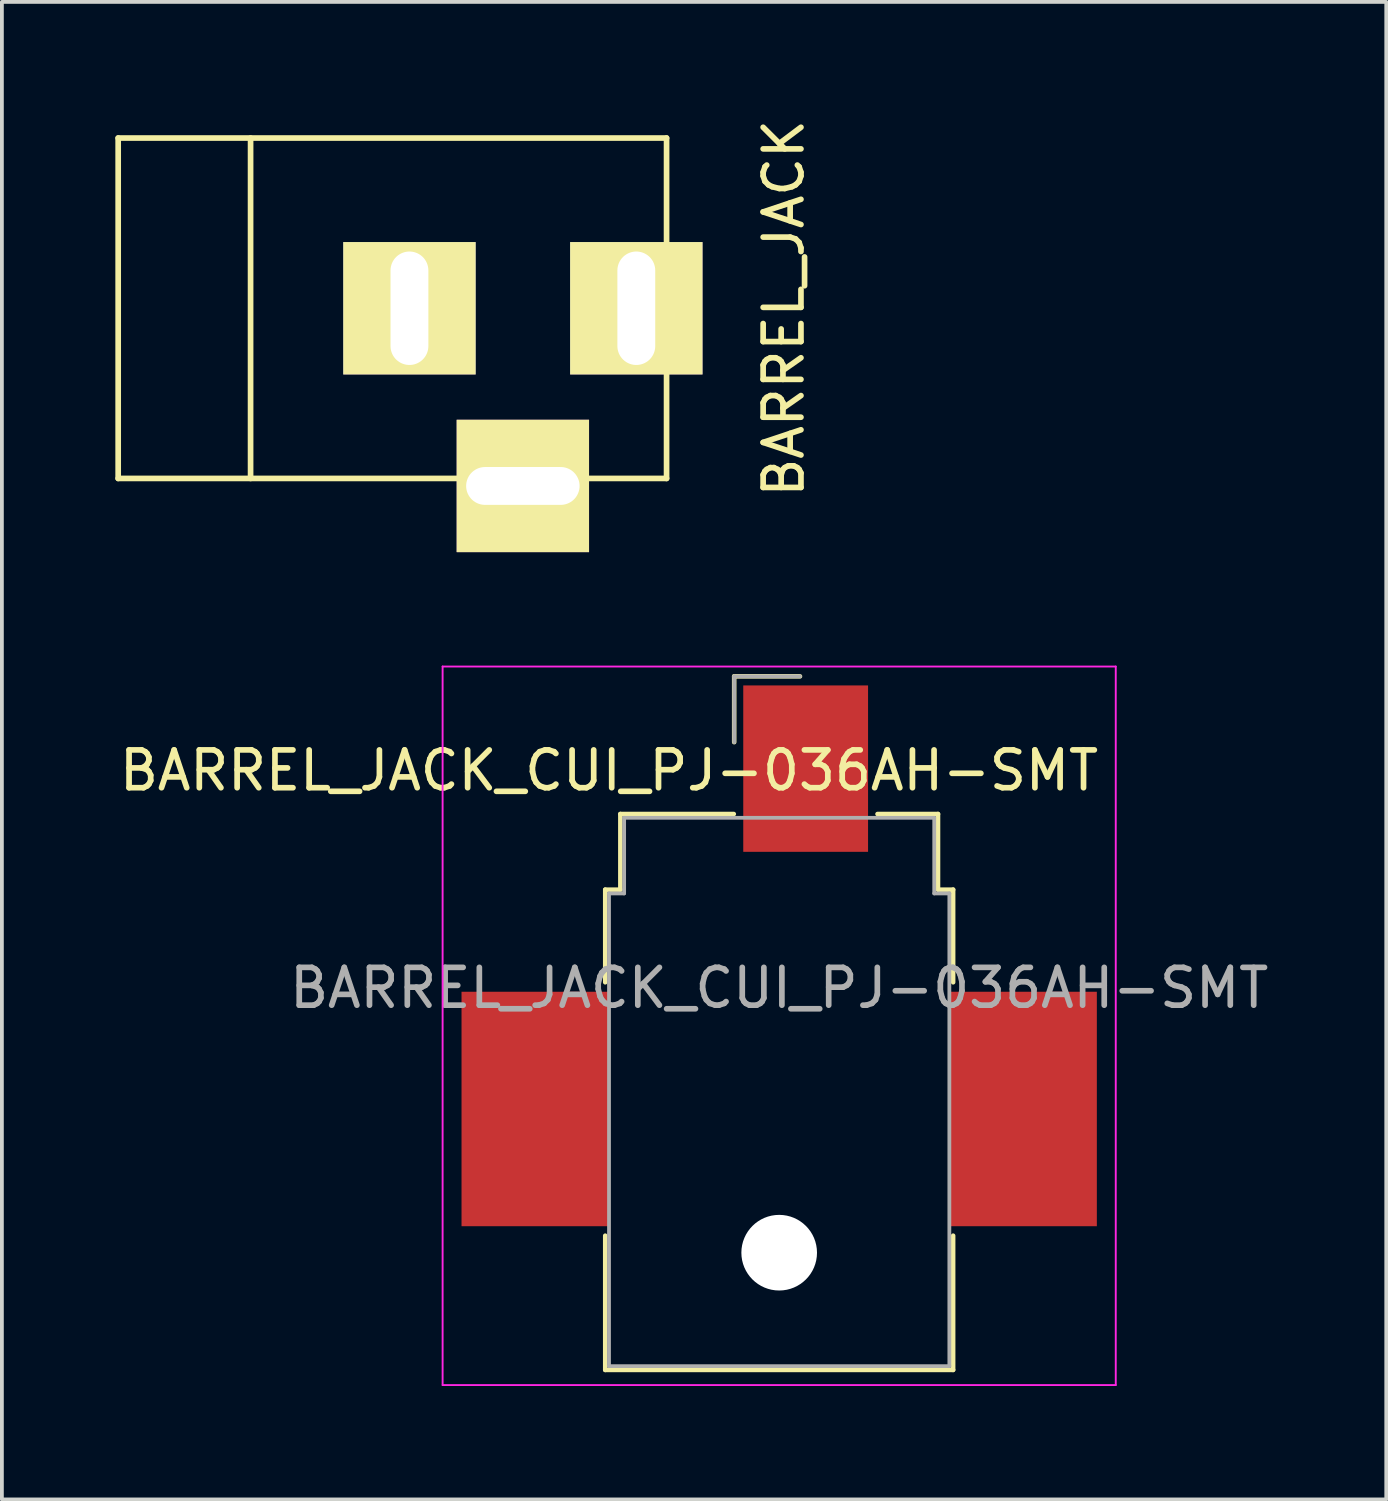
<source format=kicad_pcb>
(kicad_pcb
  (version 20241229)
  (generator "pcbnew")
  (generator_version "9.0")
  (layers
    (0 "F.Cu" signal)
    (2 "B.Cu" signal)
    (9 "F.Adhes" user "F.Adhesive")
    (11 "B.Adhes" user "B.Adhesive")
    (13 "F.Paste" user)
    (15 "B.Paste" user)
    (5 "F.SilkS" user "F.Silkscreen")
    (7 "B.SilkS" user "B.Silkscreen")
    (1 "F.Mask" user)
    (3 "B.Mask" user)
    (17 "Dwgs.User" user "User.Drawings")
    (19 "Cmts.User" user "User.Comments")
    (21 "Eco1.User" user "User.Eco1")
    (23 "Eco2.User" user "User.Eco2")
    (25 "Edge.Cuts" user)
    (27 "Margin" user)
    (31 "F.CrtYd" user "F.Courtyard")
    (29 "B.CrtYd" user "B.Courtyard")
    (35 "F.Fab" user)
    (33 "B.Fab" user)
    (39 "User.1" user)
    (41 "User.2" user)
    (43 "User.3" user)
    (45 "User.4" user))
  (footprint "BARREL_JACK"
    (layer "F.Cu")
    (at 7.576 5.101)
    (property "Reference" "BARREL_JACK" (at 10.099 0 90) (layer "F.SilkS") (effects (font (size 1 1) (thickness 0.15))))
    (attr through_hole)
    (fp_line (start -7.501 -4.501) (end -7.501 4.501) (stroke (width 0.15) (type solid)) (layer "F.SilkS"))
    (fp_line (start -7.501 4.501) (end 7 4.501) (stroke (width 0.15) (type solid)) (layer "F.SilkS"))
    (fp_line (start -4 -4.501) (end -4 4.501) (stroke (width 0.15) (type solid)) (layer "F.SilkS"))
    (fp_line (start 7 -4.501) (end -7.501 -4.501) (stroke (width 0.15) (type solid)) (layer "F.SilkS"))
    (fp_line (start 7 4.501) (end 7 -4.501) (stroke (width 0.15) (type solid)) (layer "F.SilkS"))
    (pad "1" thru_hole rect (at 6.2 0) (size 3.5 3.5) (drill oval 1.001 3) (layers "*.Cu" "*.Mask" "F.SilkS"))
    (pad "2" thru_hole rect (at 0.201 0) (size 3.5 3.5) (drill oval 1.001 3) (layers "*.Cu" "*.Mask" "F.SilkS"))
    (pad "3" thru_hole rect (at 3.2 4.699) (size 3.5 3.5) (drill oval 3 1.001) (layers "*.Cu" "*.Mask" "F.SilkS")))
  (footprint "BARREL_JACK_CUI_PJ-036AH-SMT"
    (layer "F.Cu")
    (at 17.554 23.075)
    (property "Reference" "BARREL_JACK_CUI_PJ-036AH-SMT" (at -4.5 -5.75 0) (layer "F.SilkS") (effects (font (size 1 1) (thickness 0.15))))
    (attr smd)
    (fp_line (start -4.6 -2.6) (end -4.2 -2.6) (stroke (width 0.12) (type solid)) (layer "F.SilkS"))
    (fp_line (start -4.6 -0.15) (end -4.6 -2.6) (stroke (width 0.12) (type solid)) (layer "F.SilkS"))
    (fp_line (start -4.6 10.1) (end -4.6 6.55) (stroke (width 0.12) (type solid)) (layer "F.SilkS"))
    (fp_line (start -4.2 -4.6) (end -1.2 -4.6) (stroke (width 0.12) (type solid)) (layer "F.SilkS"))
    (fp_line (start -4.2 -2.6) (end -4.2 -4.6) (stroke (width 0.12) (type solid)) (layer "F.SilkS"))
    (fp_line (start -1.19 -8.24) (end 0.55 -8.24) (stroke (width 0.12) (type solid)) (layer "F.SilkS"))
    (fp_line (start -1.19 -6.5) (end -1.19 -8.24) (stroke (width 0.12) (type solid)) (layer "F.SilkS"))
    (fp_line (start 2.6 -4.6) (end 4.2 -4.6) (stroke (width 0.12) (type solid)) (layer "F.SilkS"))
    (fp_line (start 4.2 -4.6) (end 4.2 -2.6) (stroke (width 0.12) (type solid)) (layer "F.SilkS"))
    (fp_line (start 4.2 -2.6) (end 4.6 -2.6) (stroke (width 0.12) (type solid)) (layer "F.SilkS"))
    (fp_line (start 4.6 -2.6) (end 4.6 -0.15) (stroke (width 0.12) (type solid)) (layer "F.SilkS"))
    (fp_line (start 4.6 6.55) (end 4.6 10.1) (stroke (width 0.12) (type solid)) (layer "F.SilkS"))
    (fp_line (start 4.6 10.1) (end -4.6 10.1) (stroke (width 0.12) (type solid)) (layer "F.SilkS"))
    (fp_line (start -8.9 -8.5) (end -8.9 10.5) (stroke (width 0.05) (type solid)) (layer "F.CrtYd"))
    (fp_line (start -8.9 10.5) (end 8.9 10.5) (stroke (width 0.05) (type solid)) (layer "F.CrtYd"))
    (fp_line (start 8.9 -8.5) (end -8.9 -8.5) (stroke (width 0.05) (type solid)) (layer "F.CrtYd"))
    (fp_line (start 8.9 10.5) (end 8.9 -8.5) (stroke (width 0.05) (type solid)) (layer "F.CrtYd"))
    (fp_line (start -4.5 -2.5) (end -4.5 10) (stroke (width 0.1) (type solid)) (layer "F.Fab"))
    (fp_line (start -4.5 10) (end 4.5 10) (stroke (width 0.1) (type solid)) (layer "F.Fab"))
    (fp_line (start -4.1 -4.5) (end -4.1 -2.5) (stroke (width 0.1) (type solid)) (layer "F.Fab"))
    (fp_line (start -4.1 -2.5) (end -4.5 -2.5) (stroke (width 0.1) (type solid)) (layer "F.Fab"))
    (fp_line (start -1.19 -8.24) (end 0.55 -8.24) (stroke (width 0.1) (type solid)) (layer "F.Fab"))
    (fp_line (start -1.19 -6.5) (end -1.19 -8.24) (stroke (width 0.1) (type solid)) (layer "F.Fab"))
    (fp_line (start 4.1 -4.5) (end -4.1 -4.5) (stroke (width 0.1) (type solid)) (layer "F.Fab"))
    (fp_line (start 4.1 -2.5) (end 4.1 -4.5) (stroke (width 0.1) (type solid)) (layer "F.Fab"))
    (fp_line (start 4.5 -2.5) (end 4.1 -2.5) (stroke (width 0.1) (type solid)) (layer "F.Fab"))
    (fp_line (start 4.5 10) (end 4.5 -2.5) (stroke (width 0.1) (type solid)) (layer "F.Fab"))
    (fp_text user "${REFERENCE}" (at 0 0 0) (layer "F.Fab") (effects (font (size 1 1) (thickness 0.15))))
    (pad "" np_thru_hole circle (at 0 7) (size 2 2) (drill 2) (layers "*.Cu" "*.Mask"))
    (pad "1" smd rect (at 0.7 -5.8) (size 3.3 4.4) (layers "F.Cu" "F.Mask" "F.Paste"))
    (pad "2" smd rect (at -6.45 3.2) (size 3.9 6.2) (layers "F.Cu" "F.Mask" "F.Paste"))
    (pad "3" smd rect (at 6.45 3.2) (size 3.9 6.2) (layers "F.Cu" "F.Mask" "F.Paste")))
  (gr_rect
    (start -3 -3)
    (end 33.607 36.6)
    (stroke (width 0.1) (type default))
    (fill no)
    (layer "Edge.Cuts")))
</source>
